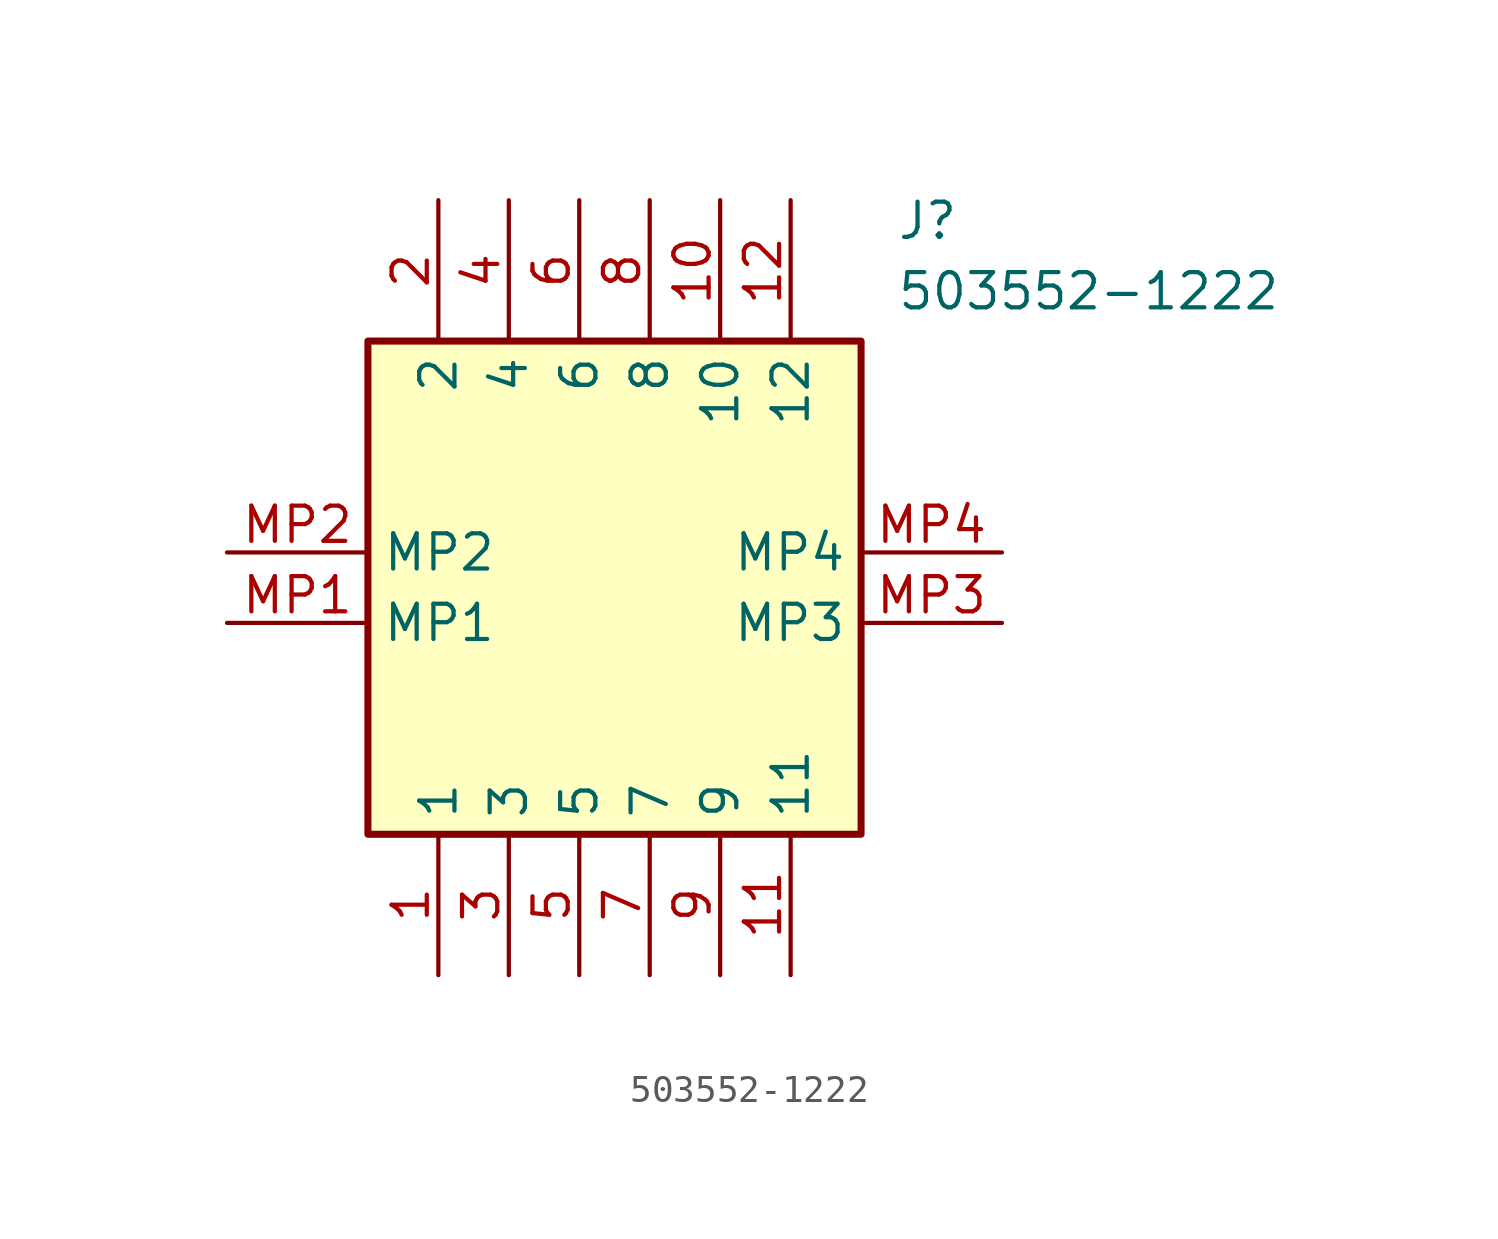
<source format=kicad_sym>
(kicad_symbol_lib
  (version 20211014)
  (generator SamacSys_ECAD_Model)
  (symbol "503552-1222"
    (property "Reference" "J"
      (at 24.13 12.7 0)
      (effects (font (size 1.27 1.27)) (justify left top)))
    (property "Value" "503552-1222"
      (at 24.13 10.16 0)
      (effects (font (size 1.27 1.27)) (justify left top)))
    (rectangle
      (start 5.08 7.62)
      (end 22.86 -10.16)
      (stroke (width 0.254) (type default))
      (fill (type background)))
    (pin passive line
      (at 7.62 -15.24 90)
      (length 5.08)
      (name "1" (effects (font (size 1.27 1.27))))
      (number "1" (effects (font (size 1.27 1.27)))))
    (pin passive line
      (at 7.62 12.7 270)
      (length 5.08)
      (name "2" (effects (font (size 1.27 1.27))))
      (number "2" (effects (font (size 1.27 1.27)))))
    (pin passive line
      (at 10.16 -15.24 90)
      (length 5.08)
      (name "3" (effects (font (size 1.27 1.27))))
      (number "3" (effects (font (size 1.27 1.27)))))
    (pin passive line
      (at 10.16 12.7 270)
      (length 5.08)
      (name "4" (effects (font (size 1.27 1.27))))
      (number "4" (effects (font (size 1.27 1.27)))))
    (pin passive line
      (at 12.7 -15.24 90)
      (length 5.08)
      (name "5" (effects (font (size 1.27 1.27))))
      (number "5" (effects (font (size 1.27 1.27)))))
    (pin passive line
      (at 12.7 12.7 270)
      (length 5.08)
      (name "6" (effects (font (size 1.27 1.27))))
      (number "6" (effects (font (size 1.27 1.27)))))
    (pin passive line
      (at 15.24 -15.24 90)
      (length 5.08)
      (name "7" (effects (font (size 1.27 1.27))))
      (number "7" (effects (font (size 1.27 1.27)))))
    (pin passive line
      (at 15.24 12.7 270)
      (length 5.08)
      (name "8" (effects (font (size 1.27 1.27))))
      (number "8" (effects (font (size 1.27 1.27)))))
    (pin passive line
      (at 17.78 -15.24 90)
      (length 5.08)
      (name "9" (effects (font (size 1.27 1.27))))
      (number "9" (effects (font (size 1.27 1.27)))))
    (pin passive line
      (at 17.78 12.7 270)
      (length 5.08)
      (name "10" (effects (font (size 1.27 1.27))))
      (number "10" (effects (font (size 1.27 1.27)))))
    (pin passive line
      (at 20.32 -15.24 90)
      (length 5.08)
      (name "11" (effects (font (size 1.27 1.27))))
      (number "11" (effects (font (size 1.27 1.27)))))
    (pin passive line
      (at 20.32 12.7 270)
      (length 5.08)
      (name "12" (effects (font (size 1.27 1.27))))
      (number "12" (effects (font (size 1.27 1.27)))))
    (pin passive line
      (at 0 -2.54 0)
      (length 5.08)
      (name "MP1" (effects (font (size 1.27 1.27))))
      (number "MP1" (effects (font (size 1.27 1.27)))))
    (pin passive line
      (at 0 0 0)
      (length 5.08)
      (name "MP2" (effects (font (size 1.27 1.27))))
      (number "MP2" (effects (font (size 1.27 1.27)))))
    (pin passive line
      (at 27.94 -2.54 180)
      (length 5.08)
      (name "MP3" (effects (font (size 1.27 1.27))))
      (number "MP3" (effects (font (size 1.27 1.27)))))
    (pin passive line
      (at 27.94 0 180)
      (length 5.08)
      (name "MP4" (effects (font (size 1.27 1.27))))
      (number "MP4" (effects (font (size 1.27 1.27)))))))
</source>
